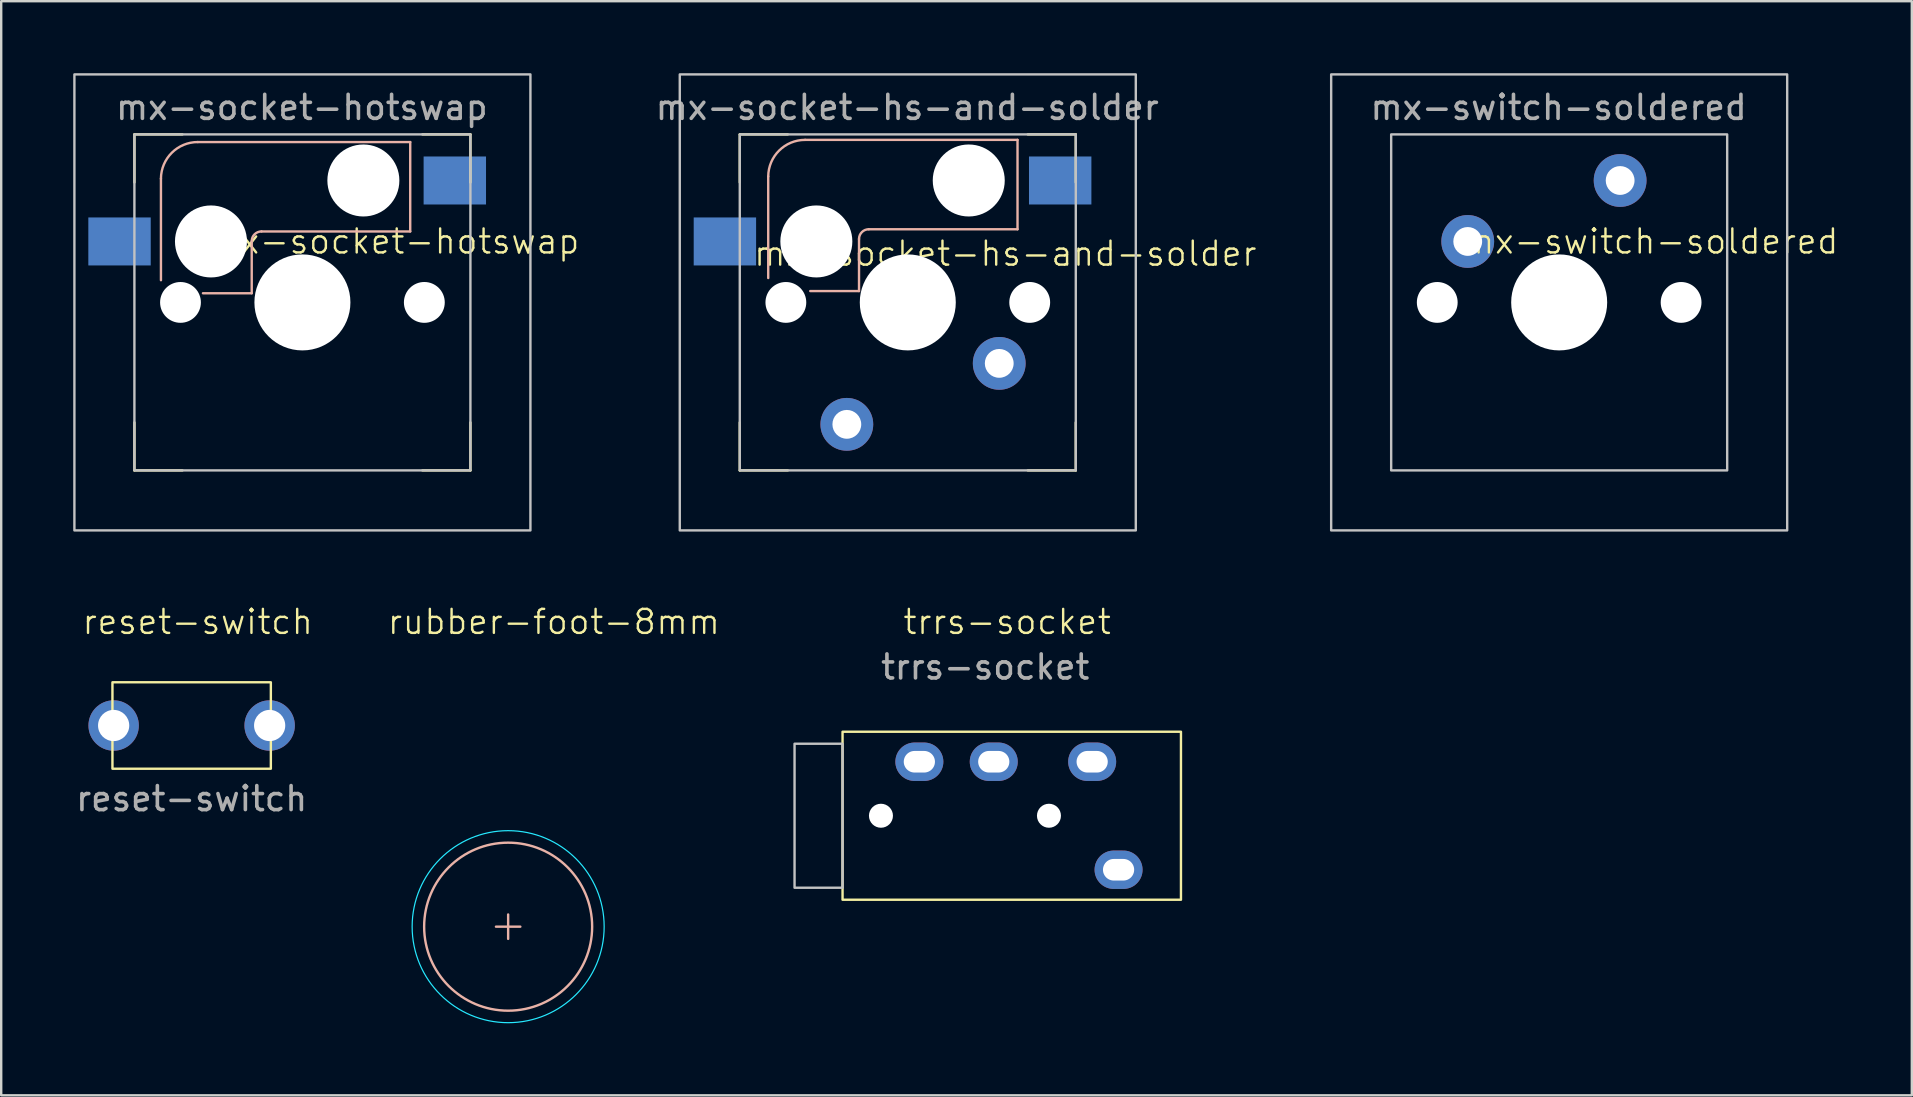
<source format=kicad_pcb>
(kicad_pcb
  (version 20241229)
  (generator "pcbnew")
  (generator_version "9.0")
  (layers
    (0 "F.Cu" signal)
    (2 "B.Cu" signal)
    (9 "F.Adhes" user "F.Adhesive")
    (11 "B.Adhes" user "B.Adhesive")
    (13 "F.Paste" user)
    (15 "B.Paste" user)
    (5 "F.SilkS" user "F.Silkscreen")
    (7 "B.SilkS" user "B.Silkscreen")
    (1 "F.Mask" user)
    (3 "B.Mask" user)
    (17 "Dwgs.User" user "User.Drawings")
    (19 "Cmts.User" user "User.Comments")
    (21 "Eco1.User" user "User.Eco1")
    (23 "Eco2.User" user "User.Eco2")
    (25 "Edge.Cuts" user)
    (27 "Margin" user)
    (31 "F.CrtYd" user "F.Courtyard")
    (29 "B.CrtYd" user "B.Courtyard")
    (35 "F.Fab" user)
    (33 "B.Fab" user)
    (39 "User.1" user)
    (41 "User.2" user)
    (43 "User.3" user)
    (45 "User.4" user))
  (footprint "trrs-socket"
    (layer "F.Cu")
    (at 32.055 30.938)
    (property "Reference" "trrs-socket" (at 6.858 -8.077 0) (unlocked yes) (layer "F.SilkS") (effects (font (size 1 1) (thickness 0.1))))
    (attr through_hole)
    (fp_rect (start 0 -3.5) (end 14.1 3.5) (stroke (width 0.1) (type default)) (fill no) (layer "F.SilkS"))
    (fp_rect (start -2 -3) (end 0 3) (stroke (width 0.1) (type default)) (fill no) (layer "Dwgs.User"))
    (fp_text user "${REFERENCE}" (at 5.944 -6.198 0) (unlocked yes) (layer "F.Fab") (effects (font (size 1 1) (thickness 0.15))))
    (pad "" np_thru_hole circle (at 1.6 0) (size 1 1) (drill 1) (layers "*.Cu" "*.Mask"))
    (pad "" np_thru_hole circle (at 8.6 0) (size 1 1) (drill 1) (layers "*.Cu" "*.Mask"))
    (pad "R1" thru_hole oval (at 6.3 -2.25) (size 2 1.6) (drill oval 1.3 0.9) (layers "*.Cu" "B.Mask"))
    (pad "R2" thru_hole oval (at 3.2 -2.25) (size 2 1.6) (drill oval 1.3 0.9) (layers "*.Cu" "B.Mask"))
    (pad "S" thru_hole oval (at 11.5 2.25) (size 2 1.6) (drill oval 1.3 0.9) (layers "*.Cu" "B.Mask"))
    (pad "T" thru_hole oval (at 10.4 -2.25) (size 2 1.6) (drill oval 1.3 0.9) (layers "*.Cu" "B.Mask")))
  (footprint "reset-switch"
    (layer "F.Cu")
    (at 4.935 27.178)
    (property "Reference" "reset-switch" (at 0.254 -4.318 0) (unlocked yes) (layer "F.SilkS") (effects (font (size 1 1) (thickness 0.1))))
    (attr through_hole)
    (fp_rect (start -3.3 -1.8) (end 3.3 1.8) (stroke (width 0.1) (type default)) (fill no) (layer "F.SilkS"))
    (fp_text user "${REFERENCE}" (at 0 3.048 0) (unlocked yes) (layer "F.Fab") (effects (font (size 1 1) (thickness 0.15))))
    (pad "1" thru_hole circle (at -3.25 0) (size 2.1 2.1) (drill 1.3) (layers "*.Cu" "B.Mask"))
    (pad "2" thru_hole circle (at 3.25 0) (size 2.1 2.1) (drill 1.3) (layers "*.Cu" "B.Mask")))
  (footprint "mx-socket-hs-and-solder"
    (layer "F.Cu")
    (at 34.773 9.55)
    (property "Reference" "mx-socket-hs-and-solder" (at 4.064 -2.032 0) (unlocked yes) (layer "F.SilkS") (effects (font (size 1 1) (thickness 0.1))))
    (attr through_hole)
    (fp_line (start -7 -7) (end -7 -5) (stroke (width 0.1) (type default)) (layer "F.SilkS"))
    (fp_line (start -7 -7) (end -5 -7) (stroke (width 0.1) (type default)) (layer "F.SilkS"))
    (fp_line (start -7 7) (end -7 5) (stroke (width 0.1) (type default)) (layer "F.SilkS"))
    (fp_line (start -7 7) (end -5 7) (stroke (width 0.1) (type default)) (layer "F.SilkS"))
    (fp_line (start 7 -7) (end 5 -7) (stroke (width 0.1) (type default)) (layer "F.SilkS"))
    (fp_line (start 7 -7) (end 7 -5) (stroke (width 0.1) (type default)) (layer "F.SilkS"))
    (fp_line (start 7 7) (end 5 7) (stroke (width 0.1) (type default)) (layer "F.SilkS"))
    (fp_line (start 7 7) (end 7 5) (stroke (width 0.1) (type default)) (layer "F.SilkS"))
    (fp_line (start -5.815 -1.016) (end -5.815 -5.248) (stroke (width 0.1) (type default)) (layer "B.SilkS"))
    (fp_line (start -4.28 -6.772) (end 4.572 -6.772) (stroke (width 0.1) (type default)) (layer "B.SilkS"))
    (fp_line (start -2.032 -0.473) (end -4.064 -0.473) (stroke (width 0.1) (type default)) (layer "B.SilkS"))
    (fp_line (start -2.032 -0.473) (end -2.032 -2.642) (stroke (width 0.1) (type default)) (layer "B.SilkS"))
    (fp_line (start 4.572 -6.772) (end 4.572 -3.048) (stroke (width 0.1) (type default)) (layer "B.SilkS"))
    (fp_line (start 4.572 -3.048) (end -1.626 -3.048) (stroke (width 0.1) (type default)) (layer "B.SilkS"))
    (fp_arc (start -5.814601 -5.248004) (mid -5.361251 -6.326312) (end -4.27977 -6.772042) (stroke (width 0.1) (type default)) (layer "B.SilkS"))
    (fp_arc (start -2.032 -2.6416) (mid -1.912968 -2.928969) (end -1.6256 -3.048) (stroke (width 0.1) (type default)) (layer "B.SilkS"))
    (fp_rect (start -9.5 -9.5) (end 9.5 9.5) (stroke (width 0.1) (type default)) (fill no) (layer "Dwgs.User"))
    (fp_rect (start -7 -7) (end 7 7) (stroke (width 0.1) (type default)) (fill no) (layer "Dwgs.User"))
    (fp_text user "${REFERENCE}" (at -0.023 -8.125 0) (unlocked yes) (layer "F.Fab") (effects (font (size 1 1) (thickness 0.15))))
    (pad "" np_thru_hole circle (at -5.08 0) (size 1.7 1.7) (drill 1.7) (layers "*.Cu" "*.Mask"))
    (pad "" np_thru_hole circle (at -3.81 -2.54) (size 3 3) (drill 3) (layers "*.Cu" "*.Mask"))
    (pad "" np_thru_hole circle (at 0 0) (size 4 4) (drill 4) (layers "*.Cu" "*.Mask"))
    (pad "" np_thru_hole circle (at 2.54 -5.08) (size 3 3) (drill 3) (layers "*.Cu" "*.Mask"))
    (pad "" np_thru_hole circle (at 5.08 0) (size 1.702 1.702) (drill 1.702) (layers "*.Cu" "*.Mask"))
    (pad "1" thru_hole circle (at 3.81 2.54) (size 2.2 2.2) (drill 1.2) (layers "*.Cu" "*.Mask"))
    (pad "1" smd trapezoid (at 6.35 -5.08) (size 2.6 2) (layers "B.Cu" "B.Mask" "B.Paste"))
    (pad "2" smd trapezoid (at -7.62 -2.54) (size 2.6 2) (layers "B.Cu" "B.Mask" "B.Paste"))
    (pad "2" thru_hole circle (at -2.54 5.08) (size 2.2 2.2) (drill 1.2) (layers "*.Cu" "*.Mask")))
  (footprint "rubber-foot-8mm"
    (layer "F.Cu")
    (at 18.122 35.56)
    (property "Reference" "rubber-foot-8mm" (at 1.905 -12.7 0) (unlocked yes) (layer "F.SilkS") (effects (font (size 1 1) (thickness 0.1))))
    (attr smd)
    (fp_line (start -0.508 0) (end 0.508 0) (stroke (width 0.1) (type default)) (layer "B.SilkS"))
    (fp_line (start 0 0.508) (end 0 -0.508) (stroke (width 0.1) (type default)) (layer "B.SilkS"))
    (fp_circle (center 0 0) (end 3.5 0) (stroke (width 0.1) (type default)) (fill no) (layer "B.SilkS"))
    (fp_circle (center 0 0) (end 4 0) (stroke (width 0.05) (type default)) (fill no) (layer "B.CrtYd")))
  (footprint "mx-socket-hotswap"
    (layer "F.Cu")
    (at 9.55 9.55)
    (property "Reference" "mx-socket-hotswap" (at 3.81 -2.54 0) (unlocked yes) (layer "F.SilkS") (effects (font (size 1 1) (thickness 0.1))))
    (attr through_hole)
    (fp_line (start -7 -7) (end -7 -5) (stroke (width 0.1) (type default)) (layer "F.SilkS"))
    (fp_line (start -7 -7) (end -5 -7) (stroke (width 0.1) (type default)) (layer "F.SilkS"))
    (fp_line (start -7 7) (end -7 5) (stroke (width 0.1) (type default)) (layer "F.SilkS"))
    (fp_line (start -7 7) (end -5 7) (stroke (width 0.1) (type default)) (layer "F.SilkS"))
    (fp_line (start 7 -7) (end 5 -7) (stroke (width 0.1) (type default)) (layer "F.SilkS"))
    (fp_line (start 7 -7) (end 7 -5) (stroke (width 0.1) (type default)) (layer "F.SilkS"))
    (fp_line (start 7 7) (end 5 7) (stroke (width 0.1) (type default)) (layer "F.SilkS"))
    (fp_line (start 7 7) (end 7 5) (stroke (width 0.1) (type default)) (layer "F.SilkS"))
    (fp_line (start -5.894 -0.925) (end -5.894 -5.157) (stroke (width 0.1) (type default)) (layer "B.SilkS"))
    (fp_line (start -4.36 -6.681) (end 4.492 -6.681) (stroke (width 0.1) (type default)) (layer "B.SilkS"))
    (fp_line (start -2.112 -0.382) (end -4.144 -0.382) (stroke (width 0.1) (type default)) (layer "B.SilkS"))
    (fp_line (start -2.112 -0.382) (end -2.112 -2.551) (stroke (width 0.1) (type default)) (layer "B.SilkS"))
    (fp_line (start 4.492 -6.681) (end 4.492 -2.957) (stroke (width 0.1) (type default)) (layer "B.SilkS"))
    (fp_line (start 4.492 -2.957) (end -1.705 -2.957) (stroke (width 0.1) (type default)) (layer "B.SilkS"))
    (fp_arc (start -5.894468 -5.157382) (mid -5.441118 -6.23569) (end -4.359637 -6.68142) (stroke (width 0.1) (type default)) (layer "B.SilkS"))
    (fp_arc (start -2.111867 -2.550978) (mid -1.992835 -2.838346) (end -1.705467 -2.957378) (stroke (width 0.1) (type default)) (layer "B.SilkS"))
    (fp_rect (start -9.5 -9.5) (end 9.5 9.5) (stroke (width 0.1) (type default)) (fill no) (layer "Dwgs.User"))
    (fp_rect (start -7 -7) (end 7 7) (stroke (width 0.1) (type default)) (fill no) (layer "Dwgs.User"))
    (fp_text user "${REFERENCE}" (at -0.023 -8.125 0) (unlocked yes) (layer "F.Fab") (effects (font (size 1 1) (thickness 0.15))))
    (pad "" np_thru_hole circle (at -5.08 0) (size 1.7 1.7) (drill 1.7) (layers "*.Cu" "*.Mask"))
    (pad "" np_thru_hole circle (at -3.81 -2.54) (size 3 3) (drill 3) (layers "*.Cu" "*.Mask"))
    (pad "" np_thru_hole circle (at 0 0) (size 4 4) (drill 4) (layers "*.Cu" "*.Mask"))
    (pad "" np_thru_hole circle (at 2.54 -5.08) (size 3 3) (drill 3) (layers "*.Cu" "*.Mask"))
    (pad "" np_thru_hole circle (at 5.08 0) (size 1.702 1.702) (drill 1.702) (layers "*.Cu" "*.Mask"))
    (pad "1" smd trapezoid (at 6.35 -5.08) (size 2.6 2) (layers "B.Cu" "B.Mask" "B.Paste"))
    (pad "2" smd trapezoid (at -7.62 -2.54) (size 2.6 2) (layers "B.Cu" "B.Mask" "B.Paste")))
  (footprint "mx-switch-soldered"
    (layer "F.Cu")
    (at 61.913 9.55)
    (property "Reference" "mx-switch-soldered" (at 3.81 -2.54 0) (unlocked yes) (layer "F.SilkS") (effects (font (size 1 1) (thickness 0.1))))
    (attr through_hole)
    (fp_rect (start -9.5 -9.5) (end 9.5 9.5) (stroke (width 0.1) (type default)) (fill no) (layer "Dwgs.User"))
    (fp_rect (start -7 -7) (end 7 7) (stroke (width 0.1) (type default)) (fill no) (layer "Dwgs.User"))
    (fp_text user "${REFERENCE}" (at -0.023 -8.125 0) (unlocked yes) (layer "F.Fab") (effects (font (size 1 1) (thickness 0.15))))
    (pad "" np_thru_hole circle (at -5.08 0) (size 1.7 1.7) (drill 1.7) (layers "*.Cu" "*.Mask"))
    (pad "" np_thru_hole circle (at 0 0) (size 4 4) (drill 4) (layers "*.Cu" "*.Mask"))
    (pad "" np_thru_hole circle (at 5.08 0) (size 1.7 1.7) (drill 1.7) (layers "*.Cu" "*.Mask"))
    (pad "1" thru_hole circle (at 2.54 -5.08) (size 2.2 2.2) (drill 1.2) (layers "*.Cu" "*.Mask"))
    (pad "2" thru_hole circle (at -3.81 -2.54) (size 2.2 2.2) (drill 1.2) (layers "*.Cu" "*.Mask")))
  (gr_rect
    (start -3 -3)
    (end 76.606 42.586)
    (stroke (width 0.1) (type default))
    (fill no)
    (layer "Edge.Cuts")))
</source>
